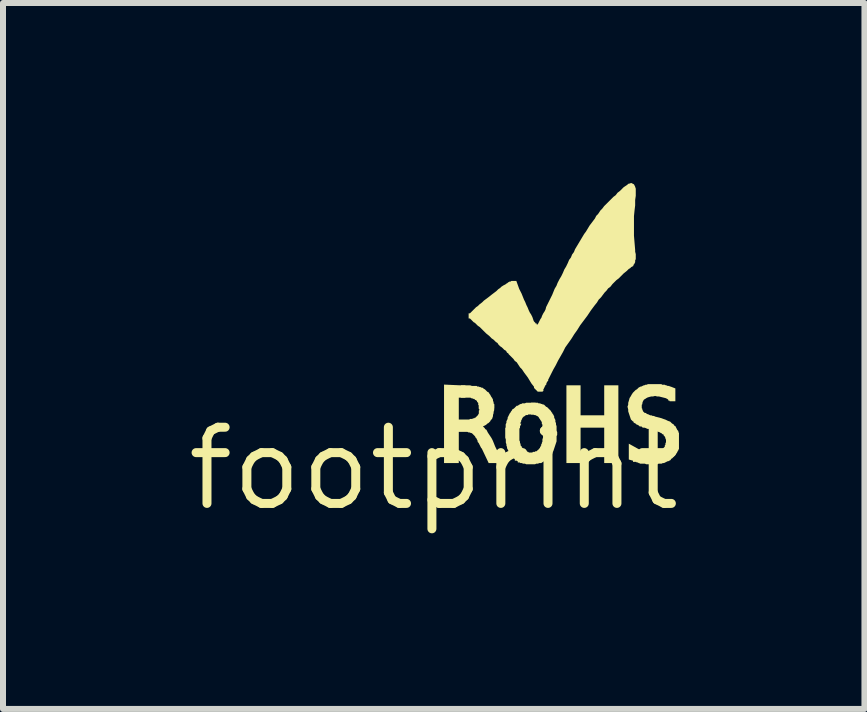
<source format=kicad_pcb>
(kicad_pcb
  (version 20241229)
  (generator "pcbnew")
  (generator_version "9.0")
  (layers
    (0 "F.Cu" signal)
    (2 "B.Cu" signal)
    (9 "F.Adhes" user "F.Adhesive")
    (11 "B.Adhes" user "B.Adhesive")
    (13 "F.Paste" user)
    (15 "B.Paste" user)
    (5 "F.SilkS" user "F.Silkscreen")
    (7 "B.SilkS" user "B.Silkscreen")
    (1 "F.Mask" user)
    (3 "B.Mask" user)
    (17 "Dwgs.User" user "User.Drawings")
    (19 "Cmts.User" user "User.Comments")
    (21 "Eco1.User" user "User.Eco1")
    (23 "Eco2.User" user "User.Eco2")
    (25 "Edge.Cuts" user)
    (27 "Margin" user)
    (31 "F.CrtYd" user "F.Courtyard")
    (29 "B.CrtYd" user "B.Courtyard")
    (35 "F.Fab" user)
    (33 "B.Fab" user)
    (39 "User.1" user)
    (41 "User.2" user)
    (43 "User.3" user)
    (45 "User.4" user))
  (footprint "footprint"
    (layer "F.Cu")
    (at 4.18 4.762)
    (property "Reference" "footprint" (at 0 0 0) (layer "F.SilkS") (effects (font (size 1.27 1.27) (thickness 0.15))))
    (fp_poly (pts (xy 2.448 -0.889) (xy 2.842 -0.889) (xy 2.842 -1.389) (xy 3.078 -1.389) (xy 3.078 -0.093) (xy 2.842 -0.093) (xy 2.842 -0.683) (xy 2.448 -0.683) (xy 2.448 -0.093) (xy 2.212 -0.093) (xy 2.212 -1.389) (xy 2.448 -1.389)) (stroke (width 0) (type solid)) (fill yes) (layer "F.SilkS"))
    (fp_poly (pts (xy 0.636 -1.379) (xy 0.716 -1.379) (xy 0.726 -1.369) (xy 0.749 -1.369) (xy 0.769 -1.359) (xy 0.786 -1.359) (xy 0.796 -1.349) (xy 0.816 -1.349) (xy 0.833 -1.332) (xy 0.853 -1.322) (xy 0.893 -1.282) (xy 0.918 -1.269) (xy 0.931 -1.244) (xy 0.941 -1.234) (xy 0.961 -1.194) (xy 0.971 -1.184) (xy 0.988 -1.15) (xy 0.988 -1.13) (xy 0.998 -1.11) (xy 0.998 -1.09) (xy 1.008 -1.07) (xy 1.008 -1.003) (xy 0.752 -1.003) (xy 0.752 -1.055) (xy 0.742 -1.065) (xy 0.742 -1.095) (xy 0.722 -1.115) (xy 0.722 -1.125) (xy 0.704 -1.143) (xy 0.694 -1.143) (xy 0.674 -1.163) (xy 0.654 -1.163) (xy 0.644 -1.173) (xy 0.624 -1.173) (xy 0.614 -1.183) (xy 0.452 -1.183) (xy 0.452 -1.389) (xy 0.606 -1.389)) (stroke (width 0) (type solid)) (fill yes) (layer "F.SilkS"))
    (fp_poly (pts (xy 1.698 -0.903) (xy 1.576 -0.903) (xy 1.566 -0.893) (xy 1.536 -0.893) (xy 1.516 -0.873) (xy 1.506 -0.873) (xy 1.481 -0.848) (xy 1.471 -0.828) (xy 1.468 -0.825) (xy 1.468 -0.815) (xy 1.458 -0.805) (xy 1.458 -0.785) (xy 1.448 -0.775) (xy 1.448 -0.755) (xy 1.438 -0.745) (xy 1.438 -0.673) (xy 1.202 -0.673) (xy 1.202 -0.737) (xy 1.212 -0.767) (xy 1.212 -0.79) (xy 1.232 -0.83) (xy 1.232 -0.85) (xy 1.269 -0.924) (xy 1.279 -0.934) (xy 1.289 -0.954) (xy 1.299 -0.964) (xy 1.312 -0.989) (xy 1.337 -1.002) (xy 1.384 -1.049) (xy 1.401 -1.049) (xy 1.407 -1.052) (xy 1.417 -1.062) (xy 1.451 -1.079) (xy 1.464 -1.079) (xy 1.474 -1.089) (xy 1.521 -1.089) (xy 1.541 -1.099) (xy 1.698 -1.099)) (stroke (width 0) (type solid)) (fill yes) (layer "F.SilkS"))
    (fp_poly (pts (xy 0.742 -0.907) (xy 0.752 -0.917) (xy 0.752 -0.967) (xy 0.762 -0.977) (xy 0.762 -0.985) (xy 0.752 -0.995) (xy 0.752 -1.079) (xy 1.008 -1.079) (xy 1.008 -0.975) (xy 0.998 -0.945) (xy 0.998 -0.925) (xy 0.988 -0.895) (xy 0.988 -0.875) (xy 0.973 -0.83) (xy 0.951 -0.808) (xy 0.941 -0.788) (xy 0.913 -0.76) (xy 0.893 -0.75) (xy 0.873 -0.73) (xy 0.825 -0.706) (xy 0.82 -0.704) (xy 0.851 -0.674) (xy 0.858 -0.659) (xy 0.878 -0.649) (xy 0.903 -0.6) (xy 0.963 -0.51) (xy 0.985 -0.467) (xy 1.025 -0.367) (xy 1.054 -0.309) (xy 1.175 -0.093) (xy 0.916 -0.093) (xy 0.816 -0.304) (xy 0.799 -0.338) (xy 0.789 -0.348) (xy 0.749 -0.428) (xy 0.732 -0.445) (xy 0.732 -0.465) (xy 0.729 -0.468) (xy 0.712 -0.502) (xy 0.712 -0.505) (xy 0.692 -0.525) (xy 0.692 -0.535) (xy 0.637 -0.59) (xy 0.631 -0.593) (xy 0.621 -0.593) (xy 0.601 -0.603) (xy 0.581 -0.603) (xy 0.561 -0.613) (xy 0.418 -0.613) (xy 0.418 -0.093) (xy 0.172 -0.093) (xy 0.172 -1.401) (xy 0.441 -1.389) (xy 0.528 -1.389) (xy 0.528 -1.183) (xy 0.418 -1.183) (xy 0.418 -0.819) (xy 0.594 -0.819) (xy 0.604 -0.829) (xy 0.644 -0.829) (xy 0.654 -0.839) (xy 0.674 -0.839) (xy 0.684 -0.849) (xy 0.694 -0.849) (xy 0.742 -0.897)) (stroke (width 0) (type solid)) (fill yes) (layer "F.SilkS"))
    (fp_poly (pts (xy 1.886 -1.029) (xy 1.958 -0.957) (xy 1.958 -0.947) (xy 1.978 -0.927) (xy 1.978 -0.917) (xy 1.991 -0.904) (xy 2.008 -0.87) (xy 2.008 -0.85) (xy 2.028 -0.81) (xy 2.028 -0.78) (xy 2.038 -0.76) (xy 2.038 -0.737) (xy 2.048 -0.707) (xy 2.048 -0.63) (xy 2.058 -0.61) (xy 2.058 -0.562) (xy 2.048 -0.542) (xy 2.048 -0.455) (xy 1.995 -0.296) (xy 1.985 -0.276) (xy 1.973 -0.24) (xy 1.951 -0.218) (xy 1.941 -0.198) (xy 1.913 -0.17) (xy 1.893 -0.16) (xy 1.873 -0.14) (xy 1.829 -0.118) (xy 1.792 -0.093) (xy 1.759 -0.093) (xy 1.739 -0.083) (xy 1.709 -0.083) (xy 1.689 -0.073) (xy 1.541 -0.073) (xy 1.521 -0.083) (xy 1.484 -0.083) (xy 1.474 -0.093) (xy 1.444 -0.093) (xy 1.434 -0.103) (xy 1.402 -0.103) (xy 1.402 -0.123) (xy 1.394 -0.123) (xy 1.384 -0.133) (xy 1.352 -0.133) (xy 1.352 -0.155) (xy 1.299 -0.208) (xy 1.289 -0.228) (xy 1.279 -0.238) (xy 1.259 -0.278) (xy 1.249 -0.288) (xy 1.222 -0.342) (xy 1.222 -0.362) (xy 1.212 -0.382) (xy 1.212 -0.405) (xy 1.202 -0.435) (xy 1.202 -0.485) (xy 1.192 -0.515) (xy 1.192 -0.677) (xy 1.202 -0.687) (xy 1.202 -0.749) (xy 1.461 -0.749) (xy 1.428 -0.682) (xy 1.428 -0.47) (xy 1.438 -0.45) (xy 1.438 -0.43) (xy 1.448 -0.41) (xy 1.448 -0.39) (xy 1.451 -0.384) (xy 1.468 -0.367) (xy 1.468 -0.357) (xy 1.488 -0.337) (xy 1.488 -0.327) (xy 1.496 -0.319) (xy 1.506 -0.319) (xy 1.533 -0.292) (xy 1.539 -0.289) (xy 1.556 -0.289) (xy 1.566 -0.279) (xy 1.576 -0.279) (xy 1.586 -0.269) (xy 1.644 -0.269) (xy 1.654 -0.279) (xy 1.684 -0.279) (xy 1.694 -0.289) (xy 1.714 -0.289) (xy 1.744 -0.319) (xy 1.752 -0.319) (xy 1.752 -0.327) (xy 1.772 -0.347) (xy 1.772 -0.357) (xy 1.782 -0.367) (xy 1.782 -0.377) (xy 1.792 -0.387) (xy 1.792 -0.407) (xy 1.802 -0.417) (xy 1.802 -0.43) (xy 1.812 -0.45) (xy 1.812 -0.487) (xy 1.822 -0.517) (xy 1.822 -0.682) (xy 1.812 -0.702) (xy 1.812 -0.735) (xy 1.802 -0.745) (xy 1.802 -0.772) (xy 1.789 -0.798) (xy 1.779 -0.808) (xy 1.769 -0.828) (xy 1.759 -0.838) (xy 1.749 -0.858) (xy 1.734 -0.873) (xy 1.731 -0.873) (xy 1.697 -0.89) (xy 1.694 -0.893) (xy 1.674 -0.893) (xy 1.664 -0.903) (xy 1.622 -0.903) (xy 1.622 -1.099) (xy 1.736 -1.099) (xy 1.746 -1.089) (xy 1.776 -1.089) (xy 1.786 -1.079) (xy 1.806 -1.079) (xy 1.816 -1.069) (xy 1.836 -1.069) (xy 1.876 -1.029)) (stroke (width 0) (type solid)) (fill yes) (layer "F.SilkS"))
    (fp_poly (pts (xy 3.806 -1.399) (xy 3.849 -1.399) (xy 3.869 -1.389) (xy 3.879 -1.389) (xy 3.899 -1.379) (xy 3.926 -1.379) (xy 3.936 -1.369) (xy 3.947 -1.369) (xy 4.028 -1.337) (xy 4.028 -1.123) (xy 3.932 -1.123) (xy 3.932 -1.133) (xy 3.912 -1.133) (xy 3.912 -1.145) (xy 3.897 -1.16) (xy 3.867 -1.175) (xy 3.755 -1.203) (xy 3.725 -1.203) (xy 3.69 -1.212) (xy 3.655 -1.203) (xy 3.625 -1.203) (xy 3.591 -1.194) (xy 3.565 -1.186) (xy 3.549 -1.178) (xy 3.519 -1.158) (xy 3.506 -1.152) (xy 3.493 -1.132) (xy 3.485 -1.116) (xy 3.478 -1.095) (xy 3.478 -1.075) (xy 3.468 -1.065) (xy 3.468 -1.007) (xy 3.478 -0.997) (xy 3.478 -0.977) (xy 3.488 -0.967) (xy 3.488 -0.957) (xy 3.513 -0.932) (xy 3.519 -0.929) (xy 3.536 -0.929) (xy 3.553 -0.912) (xy 3.559 -0.909) (xy 3.569 -0.909) (xy 3.609 -0.889) (xy 3.629 -0.889) (xy 3.649 -0.879) (xy 3.669 -0.879) (xy 3.693 -0.867) (xy 3.771 -0.848) (xy 3.865 -0.816) (xy 3.905 -0.796) (xy 3.941 -0.784) (xy 3.973 -0.752) (xy 3.998 -0.739) (xy 4.008 -0.719) (xy 4.028 -0.709) (xy 4.061 -0.644) (xy 4.078 -0.627) (xy 4.078 -0.607) (xy 4.088 -0.597) (xy 4.088 -0.325) (xy 4.078 -0.315) (xy 4.078 -0.305) (xy 4.068 -0.295) (xy 4.068 -0.292) (xy 4.051 -0.258) (xy 4.041 -0.248) (xy 4.031 -0.228) (xy 3.973 -0.17) (xy 3.958 -0.163) (xy 3.948 -0.143) (xy 3.909 -0.123) (xy 3.896 -0.123) (xy 3.893 -0.12) (xy 3.839 -0.093) (xy 3.819 -0.093) (xy 3.799 -0.083) (xy 3.749 -0.083) (xy 3.729 -0.073) (xy 3.541 -0.073) (xy 3.521 -0.083) (xy 3.432 -0.083) (xy 3.432 -0.093) (xy 3.414 -0.093) (xy 3.404 -0.103) (xy 3.384 -0.103) (xy 3.374 -0.113) (xy 3.322 -0.113) (xy 3.322 -0.132) (xy 3.252 -0.152) (xy 3.252 -0.416) (xy 3.398 -0.335) (xy 3.433 -0.317) (xy 3.585 -0.279) (xy 3.626 -0.279) (xy 3.652 -0.271) (xy 3.685 -0.279) (xy 3.714 -0.279) (xy 3.789 -0.304) (xy 3.852 -0.367) (xy 3.852 -0.387) (xy 3.862 -0.397) (xy 3.862 -0.42) (xy 3.872 -0.44) (xy 3.872 -0.482) (xy 3.862 -0.502) (xy 3.862 -0.512) (xy 3.852 -0.532) (xy 3.852 -0.535) (xy 3.832 -0.555) (xy 3.832 -0.565) (xy 3.824 -0.573) (xy 3.814 -0.573) (xy 3.794 -0.593) (xy 3.784 -0.593) (xy 3.774 -0.603) (xy 3.771 -0.603) (xy 3.751 -0.613) (xy 3.741 -0.613) (xy 3.701 -0.633) (xy 3.684 -0.633) (xy 3.654 -0.643) (xy 3.634 -0.643) (xy 3.595 -0.656) (xy 3.581 -0.663) (xy 3.561 -0.663) (xy 3.535 -0.676) (xy 3.514 -0.683) (xy 3.484 -0.683) (xy 3.467 -0.7) (xy 3.461 -0.703) (xy 3.434 -0.703) (xy 3.417 -0.72) (xy 3.397 -0.73) (xy 3.394 -0.733) (xy 3.384 -0.733) (xy 3.367 -0.75) (xy 3.332 -0.768) (xy 3.332 -0.781) (xy 3.316 -0.791) (xy 3.287 -0.82) (xy 3.242 -0.955) (xy 3.242 -0.986) (xy 3.23 -1.033) (xy 3.242 -1.067) (xy 3.242 -1.097) (xy 3.253 -1.132) (xy 3.265 -1.177) (xy 3.287 -1.21) (xy 3.297 -1.23) (xy 3.32 -1.265) (xy 3.367 -1.312) (xy 3.387 -1.322) (xy 3.417 -1.352) (xy 3.451 -1.369) (xy 3.461 -1.369) (xy 3.501 -1.389) (xy 3.511 -1.389) (xy 3.531 -1.399) (xy 3.551 -1.399) (xy 3.571 -1.409) (xy 3.796 -1.409)) (stroke (width 0) (type solid)) (fill yes) (layer "F.SilkS"))
    (fp_poly (pts (xy 3.254 -4.749) (xy 3.293 -4.762) (xy 3.338 -4.739) (xy 3.355 -4.706) (xy 3.368 -4.667) (xy 3.368 -4.548) (xy 3.358 -4.478) (xy 3.358 -4.389) (xy 3.348 -4.307) (xy 3.338 -4.209) (xy 3.338 -3.883) (xy 3.358 -3.643) (xy 3.358 -3.616) (xy 3.368 -3.576) (xy 3.368 -3.492) (xy 3.358 -3.472) (xy 3.358 -3.442) (xy 3.341 -3.408) (xy 3.328 -3.395) (xy 3.328 -3.378) (xy 3.293 -3.36) (xy 3.273 -3.34) (xy 3.253 -3.33) (xy 3.215 -3.293) (xy 3.165 -3.253) (xy 3.085 -3.172) (xy 3.045 -3.142) (xy 2.979 -3.076) (xy 2.947 -3.034) (xy 2.907 -3.004) (xy 2.879 -2.966) (xy 2.849 -2.936) (xy 2.789 -2.856) (xy 2.75 -2.817) (xy 2.721 -2.769) (xy 2.68 -2.718) (xy 2.621 -2.639) (xy 2.561 -2.549) (xy 2.441 -2.389) (xy 2.392 -2.31) (xy 2.342 -2.24) (xy 2.292 -2.16) (xy 2.193 -2.021) (xy 2.154 -1.943) (xy 2.074 -1.803) (xy 2.034 -1.723) (xy 1.994 -1.653) (xy 1.911 -1.488) (xy 1.908 -1.485) (xy 1.908 -1.465) (xy 1.891 -1.448) (xy 1.881 -1.428) (xy 1.878 -1.425) (xy 1.878 -1.405) (xy 1.858 -1.385) (xy 1.858 -1.375) (xy 1.848 -1.365) (xy 1.848 -1.355) (xy 1.838 -1.345) (xy 1.838 -1.335) (xy 1.828 -1.325) (xy 1.828 -1.293) (xy 1.818 -1.293) (xy 1.818 -1.283) (xy 1.734 -1.283) (xy 1.672 -1.345) (xy 1.672 -1.362) (xy 1.668 -1.37) (xy 1.629 -1.419) (xy 1.568 -1.52) (xy 1.509 -1.599) (xy 1.47 -1.657) (xy 1.44 -1.687) (xy 1.383 -1.774) (xy 1.353 -1.794) (xy 1.33 -1.827) (xy 1.249 -1.908) (xy 1.242 -1.923) (xy 1.222 -1.933) (xy 1.209 -1.958) (xy 1.197 -1.97) (xy 1.177 -1.98) (xy 1.136 -2.021) (xy 1.106 -2.041) (xy 1.08 -2.067) (xy 1.063 -2.094) (xy 1.036 -2.111) (xy 0.996 -2.151) (xy 0.966 -2.171) (xy 0.925 -2.213) (xy 0.875 -2.253) (xy 0.766 -2.361) (xy 0.736 -2.381) (xy 0.687 -2.43) (xy 0.667 -2.44) (xy 0.629 -2.478) (xy 0.627 -2.483) (xy 0.624 -2.483) (xy 0.604 -2.503) (xy 0.582 -2.503) (xy 0.582 -2.589) (xy 0.604 -2.589) (xy 0.706 -2.691) (xy 0.736 -2.711) (xy 0.765 -2.74) (xy 0.805 -2.77) (xy 0.835 -2.8) (xy 0.917 -2.861) (xy 0.967 -2.901) (xy 1.045 -2.96) (xy 1.076 -2.991) (xy 1.106 -3.011) (xy 1.126 -3.031) (xy 1.161 -3.054) (xy 1.197 -3.072) (xy 1.207 -3.082) (xy 1.227 -3.092) (xy 1.244 -3.109) (xy 1.254 -3.109) (xy 1.264 -3.119) (xy 1.284 -3.119) (xy 1.294 -3.129) (xy 1.377 -3.129) (xy 1.425 -2.996) (xy 1.465 -2.917) (xy 1.505 -2.817) (xy 1.525 -2.777) (xy 1.545 -2.727) (xy 1.565 -2.687) (xy 1.585 -2.637) (xy 1.603 -2.6) (xy 1.623 -2.57) (xy 1.645 -2.526) (xy 1.665 -2.466) (xy 1.671 -2.454) (xy 1.698 -2.427) (xy 1.698 -2.419) (xy 1.718 -2.419) (xy 1.718 -2.399) (xy 1.724 -2.399) (xy 1.739 -2.414) (xy 1.777 -2.49) (xy 1.796 -2.518) (xy 1.805 -2.546) (xy 1.827 -2.59) (xy 1.847 -2.62) (xy 1.864 -2.654) (xy 1.874 -2.694) (xy 1.975 -2.897) (xy 2.016 -2.998) (xy 2.046 -3.048) (xy 2.065 -3.097) (xy 2.097 -3.159) (xy 2.127 -3.209) (xy 2.155 -3.267) (xy 2.176 -3.318) (xy 2.207 -3.369) (xy 2.235 -3.427) (xy 2.257 -3.48) (xy 2.287 -3.52) (xy 2.307 -3.57) (xy 2.337 -3.61) (xy 2.356 -3.658) (xy 2.508 -3.912) (xy 2.538 -3.952) (xy 2.598 -4.052) (xy 2.688 -4.171) (xy 2.709 -4.214) (xy 2.74 -4.245) (xy 2.78 -4.305) (xy 2.811 -4.336) (xy 2.841 -4.376) (xy 2.995 -4.53) (xy 3.033 -4.558) (xy 3.063 -4.598) (xy 3.105 -4.63) (xy 3.166 -4.691) (xy 3.226 -4.731) (xy 3.244 -4.749)) (stroke (width 0) (type solid)) (fill yes) (layer "F.SilkS")))
  (gr_rect
    (start -3 -3)
    (end 11.36 8.768)
    (stroke (width 0.1) (type default))
    (fill no)
    (layer "Edge.Cuts")))
</source>
